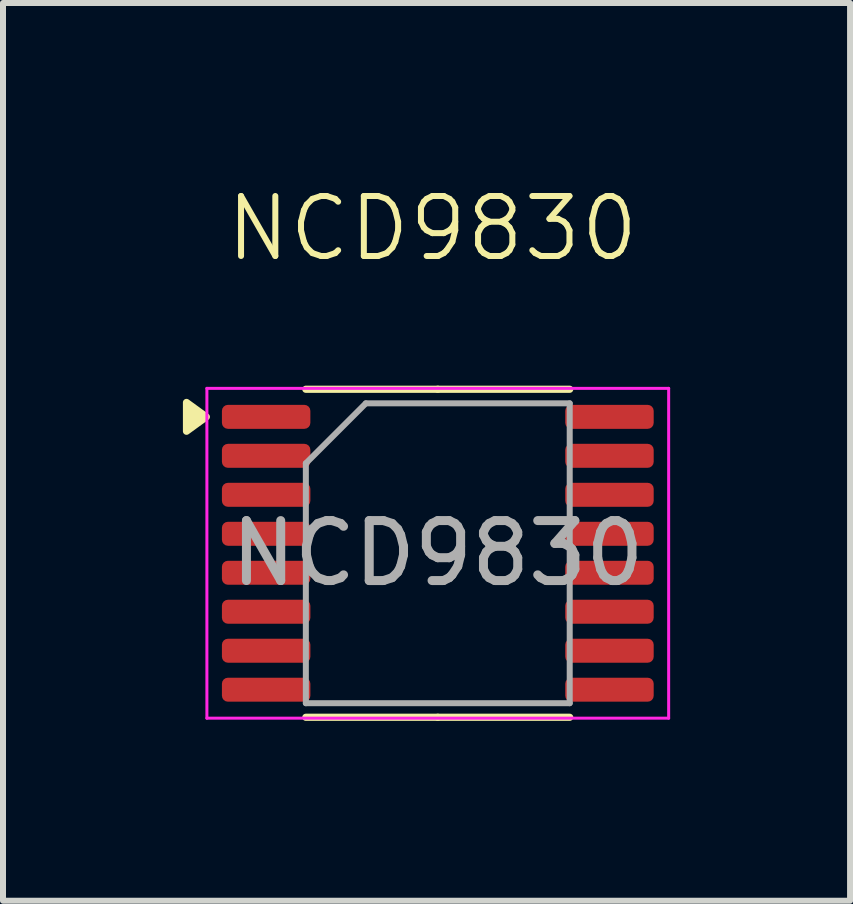
<source format=kicad_pcb>
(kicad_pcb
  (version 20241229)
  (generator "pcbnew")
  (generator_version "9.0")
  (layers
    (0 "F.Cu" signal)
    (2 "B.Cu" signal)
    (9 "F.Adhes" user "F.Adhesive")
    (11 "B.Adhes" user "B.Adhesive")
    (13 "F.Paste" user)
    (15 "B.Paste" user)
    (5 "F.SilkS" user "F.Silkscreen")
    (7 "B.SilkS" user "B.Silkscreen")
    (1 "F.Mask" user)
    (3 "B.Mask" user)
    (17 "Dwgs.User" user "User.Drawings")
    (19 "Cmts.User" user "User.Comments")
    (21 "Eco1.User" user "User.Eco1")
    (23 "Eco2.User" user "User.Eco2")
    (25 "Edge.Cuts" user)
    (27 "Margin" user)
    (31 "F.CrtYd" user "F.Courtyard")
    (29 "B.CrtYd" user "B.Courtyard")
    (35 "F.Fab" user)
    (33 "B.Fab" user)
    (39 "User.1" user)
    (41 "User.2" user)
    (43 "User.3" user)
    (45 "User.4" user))
  (footprint "NCD9830"
    (layer "F.Cu")
    (at 4.16 6.261)
    (property "Reference" "NCD9830" (at 0 -5.5 0) (unlocked yes) (layer "F.SilkS") (effects (font (size 1 1) (thickness 0.1))))
    (attr smd)
    (fp_line (start 0.09 -2.82) (end -2.11 -2.82) (stroke (width 0.12) (type solid)) (layer "F.SilkS"))
    (fp_line (start 0.09 -2.82) (end 2.29 -2.82) (stroke (width 0.12) (type solid)) (layer "F.SilkS"))
    (fp_line (start 0.09 2.65) (end -2.11 2.65) (stroke (width 0.12) (type solid)) (layer "F.SilkS"))
    (fp_line (start 0.09 2.65) (end 2.29 2.65) (stroke (width 0.12) (type solid)) (layer "F.SilkS"))
    (fp_poly (pts (xy -3.77 -2.36) (xy -4.1 -2.6) (xy -4.1 -2.12) (xy -3.77 -2.36)) (stroke (width 0.12) (type solid)) (fill yes) (layer "F.SilkS"))
    (fp_line (start -3.76 -2.835) (end -3.76 2.665) (stroke (width 0.05) (type solid)) (layer "F.CrtYd"))
    (fp_line (start -3.76 2.665) (end 3.94 2.665) (stroke (width 0.05) (type solid)) (layer "F.CrtYd"))
    (fp_line (start 3.94 -2.835) (end -3.76 -2.835) (stroke (width 0.05) (type solid)) (layer "F.CrtYd"))
    (fp_line (start 3.94 2.665) (end 3.94 -2.835) (stroke (width 0.05) (type solid)) (layer "F.CrtYd"))
    (fp_line (start -2.11 -1.585) (end -1.11 -2.585) (stroke (width 0.1) (type solid)) (layer "F.Fab"))
    (fp_line (start -2.11 2.415) (end -2.11 -1.585) (stroke (width 0.1) (type solid)) (layer "F.Fab"))
    (fp_line (start -1.11 -2.585) (end 2.29 -2.585) (stroke (width 0.1) (type solid)) (layer "F.Fab"))
    (fp_line (start 2.29 -2.585) (end 2.29 2.415) (stroke (width 0.1) (type solid)) (layer "F.Fab"))
    (fp_line (start 2.29 2.415) (end -2.11 2.415) (stroke (width 0.1) (type solid)) (layer "F.Fab"))
    (fp_text user "${REFERENCE}" (at 0.09 -0.085 0) (layer "F.Fab") (effects (font (size 1 1) (thickness 0.15))))
    (pad "1" smd roundrect (at -2.772 -2.36) (size 1.475 0.4) (layers "F.Cu" "F.Mask" "F.Paste") (roundrect_rratio 0.25))
    (pad "2" smd roundrect (at -2.772 -1.71) (size 1.475 0.4) (layers "F.Cu" "F.Mask" "F.Paste") (roundrect_rratio 0.25))
    (pad "3" smd roundrect (at -2.772 -1.06) (size 1.475 0.4) (layers "F.Cu" "F.Mask" "F.Paste") (roundrect_rratio 0.25))
    (pad "4" smd roundrect (at -2.772 -0.41) (size 1.475 0.4) (layers "F.Cu" "F.Mask" "F.Paste") (roundrect_rratio 0.25))
    (pad "5" smd roundrect (at -2.772 0.24) (size 1.475 0.4) (layers "F.Cu" "F.Mask" "F.Paste") (roundrect_rratio 0.25))
    (pad "6" smd roundrect (at -2.772 0.89) (size 1.475 0.4) (layers "F.Cu" "F.Mask" "F.Paste") (roundrect_rratio 0.25))
    (pad "7" smd roundrect (at -2.772 1.54) (size 1.475 0.4) (layers "F.Cu" "F.Mask" "F.Paste") (roundrect_rratio 0.25))
    (pad "8" smd roundrect (at -2.772 2.19) (size 1.475 0.4) (layers "F.Cu" "F.Mask" "F.Paste") (roundrect_rratio 0.25))
    (pad "9" smd roundrect (at 2.953 2.19) (size 1.475 0.4) (layers "F.Cu" "F.Mask" "F.Paste") (roundrect_rratio 0.25))
    (pad "10" smd roundrect (at 2.953 1.54) (size 1.475 0.4) (layers "F.Cu" "F.Mask" "F.Paste") (roundrect_rratio 0.25))
    (pad "11" smd roundrect (at 2.953 0.89) (size 1.475 0.4) (layers "F.Cu" "F.Mask" "F.Paste") (roundrect_rratio 0.25))
    (pad "12" smd roundrect (at 2.953 0.24) (size 1.475 0.4) (layers "F.Cu" "F.Mask" "F.Paste") (roundrect_rratio 0.25))
    (pad "13" smd roundrect (at 2.953 -0.41) (size 1.475 0.4) (layers "F.Cu" "F.Mask" "F.Paste") (roundrect_rratio 0.25))
    (pad "14" smd roundrect (at 2.953 -1.06) (size 1.475 0.4) (layers "F.Cu" "F.Mask" "F.Paste") (roundrect_rratio 0.25))
    (pad "15" smd roundrect (at 2.953 -1.71) (size 1.475 0.4) (layers "F.Cu" "F.Mask" "F.Paste") (roundrect_rratio 0.25))
    (pad "16" smd roundrect (at 2.953 -2.36) (size 1.475 0.4) (layers "F.Cu" "F.Mask" "F.Paste") (roundrect_rratio 0.25)))
  (gr_rect
    (start -3 -3)
    (end 11.125 11.97)
    (stroke (width 0.1) (type default))
    (fill no)
    (layer "Edge.Cuts")))
</source>
